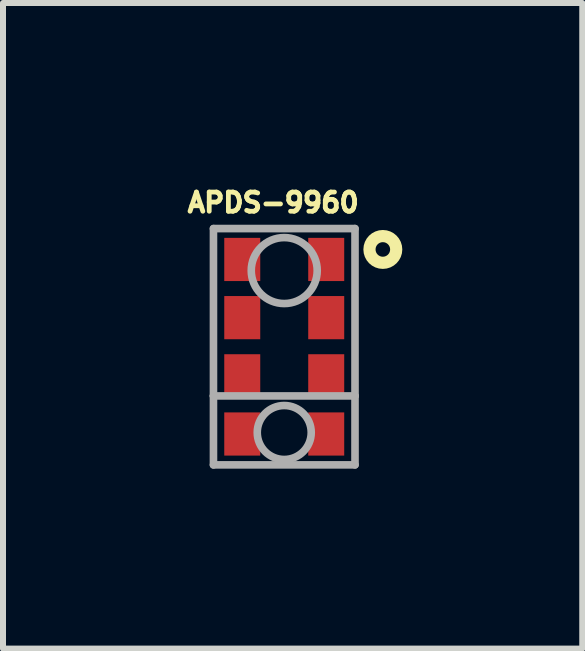
<source format=kicad_pcb>
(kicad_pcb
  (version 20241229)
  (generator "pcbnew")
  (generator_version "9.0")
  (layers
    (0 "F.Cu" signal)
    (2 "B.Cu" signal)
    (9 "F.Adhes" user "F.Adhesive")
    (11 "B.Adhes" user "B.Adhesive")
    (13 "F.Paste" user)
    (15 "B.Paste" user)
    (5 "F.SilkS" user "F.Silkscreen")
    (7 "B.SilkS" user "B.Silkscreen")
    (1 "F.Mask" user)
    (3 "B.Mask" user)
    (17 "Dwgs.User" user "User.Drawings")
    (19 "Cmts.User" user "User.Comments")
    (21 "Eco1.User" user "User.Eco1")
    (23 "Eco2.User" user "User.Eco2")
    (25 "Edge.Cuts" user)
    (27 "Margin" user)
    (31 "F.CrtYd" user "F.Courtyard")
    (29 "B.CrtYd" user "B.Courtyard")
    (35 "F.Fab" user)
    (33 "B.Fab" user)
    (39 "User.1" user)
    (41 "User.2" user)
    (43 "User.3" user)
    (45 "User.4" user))
  (footprint "APDS-9960"
    (layer "F.Cu")
    (at 1.689 2.731)
    (property "Reference" "APDS-9960" (at -0.184 -2.403 0) (layer "F.SilkS") (effects (font (size 0.32 0.32) (thickness 0.15))))
    (attr smd)
    (fp_circle (center 1.644 -1.622) (end 1.867 -1.622) (stroke (width 0.203) (type solid)) (fill no) (layer "F.SilkS"))
    (fp_line (start -1.18 -1.97) (end -1.18 0.82) (stroke (width 0.127) (type solid)) (layer "F.Fab"))
    (fp_line (start -1.18 -1.97) (end 1.18 -1.97) (stroke (width 0.127) (type solid)) (layer "F.Fab"))
    (fp_line (start -1.18 0.82) (end -1.18 1.97) (stroke (width 0.127) (type solid)) (layer "F.Fab"))
    (fp_line (start -1.18 0.82) (end 1.18 0.82) (stroke (width 0.127) (type solid)) (layer "F.Fab"))
    (fp_line (start -1.18 1.97) (end 1.18 1.97) (stroke (width 0.127) (type solid)) (layer "F.Fab"))
    (fp_line (start 1.18 -1.97) (end 1.18 0.82) (stroke (width 0.127) (type solid)) (layer "F.Fab"))
    (fp_line (start 1.18 0.82) (end 1.18 1.97) (stroke (width 0.127) (type solid)) (layer "F.Fab"))
    (fp_circle (center 0 -1.27) (end 0.55 -1.27) (stroke (width 0.127) (type solid)) (fill no) (layer "F.Fab"))
    (fp_circle (center 0 1.43) (end 0.45 1.43) (stroke (width 0.127) (type solid)) (fill no) (layer "F.Fab"))
    (pad "1" smd rect (at 0.7 -1.455) (size 0.6 0.72) (layers "F.Cu" "F.Mask" "F.Paste"))
    (pad "2" smd rect (at 0.7 -0.485) (size 0.6 0.72) (layers "F.Cu" "F.Mask" "F.Paste"))
    (pad "3" smd rect (at 0.7 0.485) (size 0.6 0.72) (layers "F.Cu" "F.Mask" "F.Paste"))
    (pad "4" smd rect (at 0.7 1.455) (size 0.6 0.72) (layers "F.Cu" "F.Mask" "F.Paste"))
    (pad "5" smd rect (at -0.7 1.455) (size 0.6 0.72) (layers "F.Cu" "F.Mask" "F.Paste"))
    (pad "6" smd rect (at -0.7 0.485) (size 0.6 0.72) (layers "F.Cu" "F.Mask" "F.Paste"))
    (pad "7" smd rect (at -0.7 -0.485) (size 0.6 0.72) (layers "F.Cu" "F.Mask" "F.Paste"))
    (pad "8" smd rect (at -0.7 -1.455) (size 0.6 0.72) (layers "F.Cu" "F.Mask" "F.Paste")))
  (gr_rect
    (start -3 -3)
    (end 6.658 7.764)
    (stroke (width 0.1) (type default))
    (fill no)
    (layer "Edge.Cuts")))
</source>
